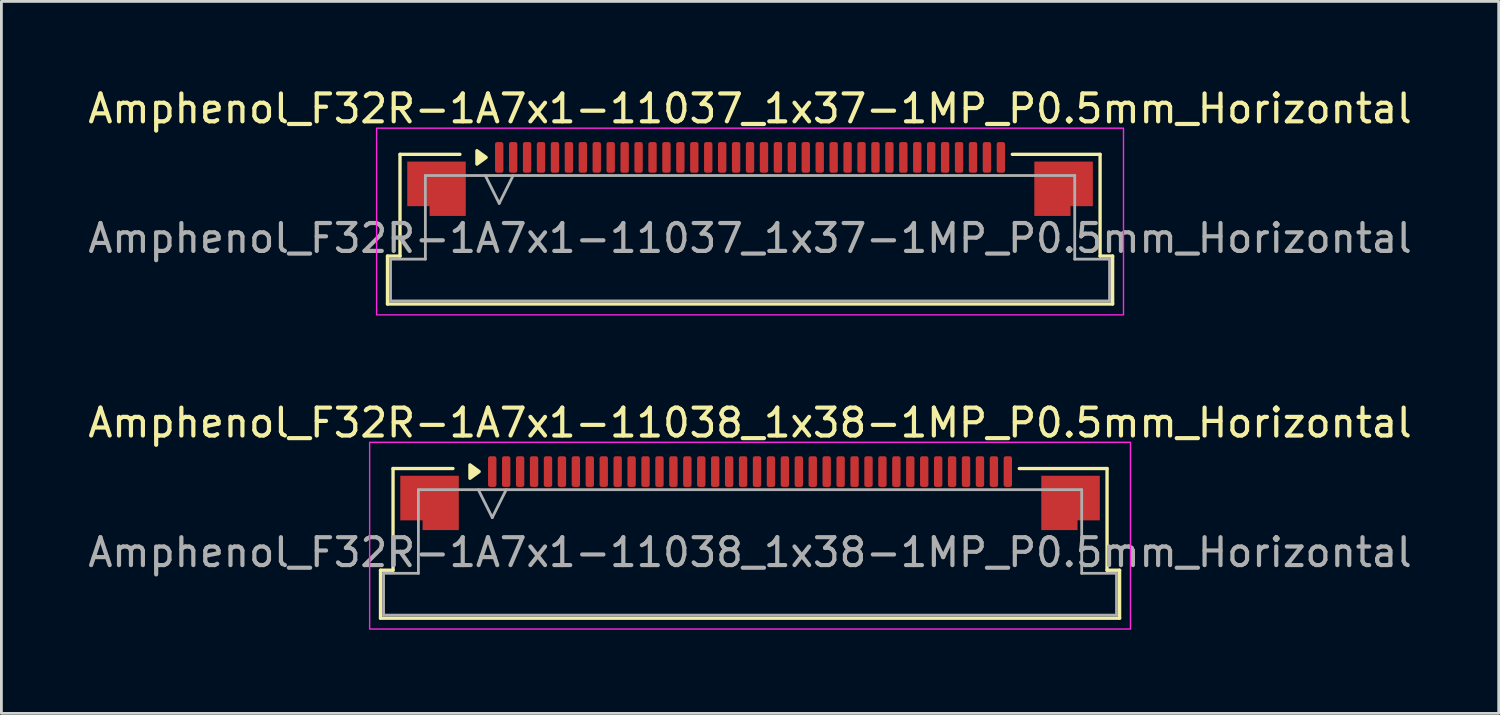
<source format=kicad_pcb>
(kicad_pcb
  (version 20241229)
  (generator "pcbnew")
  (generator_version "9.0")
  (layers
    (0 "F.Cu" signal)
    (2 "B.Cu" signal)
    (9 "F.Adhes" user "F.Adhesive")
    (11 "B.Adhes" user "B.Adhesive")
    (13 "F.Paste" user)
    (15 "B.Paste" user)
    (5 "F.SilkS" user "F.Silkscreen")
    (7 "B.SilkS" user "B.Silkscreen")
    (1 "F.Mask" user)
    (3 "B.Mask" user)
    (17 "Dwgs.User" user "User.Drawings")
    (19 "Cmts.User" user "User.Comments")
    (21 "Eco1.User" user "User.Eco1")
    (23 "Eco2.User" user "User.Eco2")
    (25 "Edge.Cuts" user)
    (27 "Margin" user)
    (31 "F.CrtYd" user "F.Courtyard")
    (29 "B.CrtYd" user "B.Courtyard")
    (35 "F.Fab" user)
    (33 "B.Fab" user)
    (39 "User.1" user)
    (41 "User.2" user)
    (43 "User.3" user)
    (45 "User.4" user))
  (footprint "Amphenol_F32R-1A7x1-11037_1x37-1MP_P0.5mm_Horizontal"
    (layer "F.Cu")
    (at 23.863 5.498)
    (property "Reference" "Amphenol_F32R-1A7x1-11037_1x37-1MP_P0.5mm_Horizontal" (at 0 -4.65 0) (layer "F.SilkS") (effects (font (size 1 1) (thickness 0.15))))
    (attr smd)
    (fp_line (start -13.01 0.64) (end -12.56 0.64) (stroke (width 0.12) (type solid)) (layer "F.SilkS"))
    (fp_line (start -13.01 2.36) (end -13.01 0.64) (stroke (width 0.12) (type solid)) (layer "F.SilkS"))
    (fp_line (start -12.56 -3.01) (end -10.41 -3.01) (stroke (width 0.12) (type solid)) (layer "F.SilkS"))
    (fp_line (start -12.56 0.64) (end -12.56 -3.01) (stroke (width 0.12) (type solid)) (layer "F.SilkS"))
    (fp_line (start 9.41 -3.01) (end 12.56 -3.01) (stroke (width 0.12) (type solid)) (layer "F.SilkS"))
    (fp_line (start 12.56 -3.01) (end 12.56 0.64) (stroke (width 0.12) (type solid)) (layer "F.SilkS"))
    (fp_line (start 12.56 0.64) (end 13.01 0.64) (stroke (width 0.12) (type solid)) (layer "F.SilkS"))
    (fp_line (start 13.01 0.64) (end 13.01 2.36) (stroke (width 0.12) (type solid)) (layer "F.SilkS"))
    (fp_line (start 13.01 2.36) (end -13.01 2.36) (stroke (width 0.12) (type solid)) (layer "F.SilkS"))
    (fp_poly (pts (xy -9.47 -2.9) (xy -9.8 -2.66) (xy -9.8 -3.14)) (stroke (width 0.12) (type solid)) (fill yes) (layer "F.SilkS"))
    (fp_rect (start -13.4 -3.95) (end 13.4 2.75) (stroke (width 0.05) (type solid)) (fill no) (layer "F.CrtYd"))
    (fp_line (start -12.9 0.75) (end -11.65 0.75) (stroke (width 0.1) (type solid)) (layer "F.Fab"))
    (fp_line (start -12.9 2.25) (end -12.9 0.75) (stroke (width 0.1) (type solid)) (layer "F.Fab"))
    (fp_line (start -11.65 -2.25) (end 11.65 -2.25) (stroke (width 0.1) (type solid)) (layer "F.Fab"))
    (fp_line (start -11.65 0.75) (end -11.65 -2.25) (stroke (width 0.1) (type solid)) (layer "F.Fab"))
    (fp_line (start -9.5 -2.25) (end -9 -1.25) (stroke (width 0.1) (type solid)) (layer "F.Fab"))
    (fp_line (start -9 -1.25) (end -8.5 -2.25) (stroke (width 0.1) (type solid)) (layer "F.Fab"))
    (fp_line (start 11.65 -2.25) (end 11.65 0.75) (stroke (width 0.1) (type solid)) (layer "F.Fab"))
    (fp_line (start 11.65 0.75) (end 12.9 0.75) (stroke (width 0.1) (type solid)) (layer "F.Fab"))
    (fp_line (start 12.9 0.75) (end 12.9 2.25) (stroke (width 0.1) (type solid)) (layer "F.Fab"))
    (fp_line (start 12.9 2.25) (end -12.9 2.25) (stroke (width 0.1) (type solid)) (layer "F.Fab"))
    (fp_text user "${REFERENCE}" (at 0 0 0) (layer "F.Fab") (effects (font (size 1 1) (thickness 0.15))))
    (pad "1" smd roundrect (at -9 -2.9) (size 0.3 1.1) (layers "F.Cu" "F.Mask" "F.Paste") (roundrect_rratio 0.25))
    (pad "2" smd roundrect (at -8.5 -2.9) (size 0.3 1.1) (layers "F.Cu" "F.Mask" "F.Paste") (roundrect_rratio 0.25))
    (pad "3" smd roundrect (at -8 -2.9) (size 0.3 1.1) (layers "F.Cu" "F.Mask" "F.Paste") (roundrect_rratio 0.25))
    (pad "4" smd roundrect (at -7.5 -2.9) (size 0.3 1.1) (layers "F.Cu" "F.Mask" "F.Paste") (roundrect_rratio 0.25))
    (pad "5" smd roundrect (at -7 -2.9) (size 0.3 1.1) (layers "F.Cu" "F.Mask" "F.Paste") (roundrect_rratio 0.25))
    (pad "6" smd roundrect (at -6.5 -2.9) (size 0.3 1.1) (layers "F.Cu" "F.Mask" "F.Paste") (roundrect_rratio 0.25))
    (pad "7" smd roundrect (at -6 -2.9) (size 0.3 1.1) (layers "F.Cu" "F.Mask" "F.Paste") (roundrect_rratio 0.25))
    (pad "8" smd roundrect (at -5.5 -2.9) (size 0.3 1.1) (layers "F.Cu" "F.Mask" "F.Paste") (roundrect_rratio 0.25))
    (pad "9" smd roundrect (at -5 -2.9) (size 0.3 1.1) (layers "F.Cu" "F.Mask" "F.Paste") (roundrect_rratio 0.25))
    (pad "10" smd roundrect (at -4.5 -2.9) (size 0.3 1.1) (layers "F.Cu" "F.Mask" "F.Paste") (roundrect_rratio 0.25))
    (pad "11" smd roundrect (at -4 -2.9) (size 0.3 1.1) (layers "F.Cu" "F.Mask" "F.Paste") (roundrect_rratio 0.25))
    (pad "12" smd roundrect (at -3.5 -2.9) (size 0.3 1.1) (layers "F.Cu" "F.Mask" "F.Paste") (roundrect_rratio 0.25))
    (pad "13" smd roundrect (at -3 -2.9) (size 0.3 1.1) (layers "F.Cu" "F.Mask" "F.Paste") (roundrect_rratio 0.25))
    (pad "14" smd roundrect (at -2.5 -2.9) (size 0.3 1.1) (layers "F.Cu" "F.Mask" "F.Paste") (roundrect_rratio 0.25))
    (pad "15" smd roundrect (at -2 -2.9) (size 0.3 1.1) (layers "F.Cu" "F.Mask" "F.Paste") (roundrect_rratio 0.25))
    (pad "16" smd roundrect (at -1.5 -2.9) (size 0.3 1.1) (layers "F.Cu" "F.Mask" "F.Paste") (roundrect_rratio 0.25))
    (pad "17" smd roundrect (at -1 -2.9) (size 0.3 1.1) (layers "F.Cu" "F.Mask" "F.Paste") (roundrect_rratio 0.25))
    (pad "18" smd roundrect (at -0.5 -2.9) (size 0.3 1.1) (layers "F.Cu" "F.Mask" "F.Paste") (roundrect_rratio 0.25))
    (pad "19" smd roundrect (at 0 -2.9) (size 0.3 1.1) (layers "F.Cu" "F.Mask" "F.Paste") (roundrect_rratio 0.25))
    (pad "20" smd roundrect (at 0.5 -2.9) (size 0.3 1.1) (layers "F.Cu" "F.Mask" "F.Paste") (roundrect_rratio 0.25))
    (pad "21" smd roundrect (at 1 -2.9) (size 0.3 1.1) (layers "F.Cu" "F.Mask" "F.Paste") (roundrect_rratio 0.25))
    (pad "22" smd roundrect (at 1.5 -2.9) (size 0.3 1.1) (layers "F.Cu" "F.Mask" "F.Paste") (roundrect_rratio 0.25))
    (pad "23" smd roundrect (at 2 -2.9) (size 0.3 1.1) (layers "F.Cu" "F.Mask" "F.Paste") (roundrect_rratio 0.25))
    (pad "24" smd roundrect (at 2.5 -2.9) (size 0.3 1.1) (layers "F.Cu" "F.Mask" "F.Paste") (roundrect_rratio 0.25))
    (pad "25" smd roundrect (at 3 -2.9) (size 0.3 1.1) (layers "F.Cu" "F.Mask" "F.Paste") (roundrect_rratio 0.25))
    (pad "26" smd roundrect (at 3.5 -2.9) (size 0.3 1.1) (layers "F.Cu" "F.Mask" "F.Paste") (roundrect_rratio 0.25))
    (pad "27" smd roundrect (at 4 -2.9) (size 0.3 1.1) (layers "F.Cu" "F.Mask" "F.Paste") (roundrect_rratio 0.25))
    (pad "28" smd roundrect (at 4.5 -2.9) (size 0.3 1.1) (layers "F.Cu" "F.Mask" "F.Paste") (roundrect_rratio 0.25))
    (pad "29" smd roundrect (at 5 -2.9) (size 0.3 1.1) (layers "F.Cu" "F.Mask" "F.Paste") (roundrect_rratio 0.25))
    (pad "30" smd roundrect (at 5.5 -2.9) (size 0.3 1.1) (layers "F.Cu" "F.Mask" "F.Paste") (roundrect_rratio 0.25))
    (pad "31" smd roundrect (at 6 -2.9) (size 0.3 1.1) (layers "F.Cu" "F.Mask" "F.Paste") (roundrect_rratio 0.25))
    (pad "32" smd roundrect (at 6.5 -2.9) (size 0.3 1.1) (layers "F.Cu" "F.Mask" "F.Paste") (roundrect_rratio 0.25))
    (pad "33" smd roundrect (at 7 -2.9) (size 0.3 1.1) (layers "F.Cu" "F.Mask" "F.Paste") (roundrect_rratio 0.25))
    (pad "34" smd roundrect (at 7.5 -2.9) (size 0.3 1.1) (layers "F.Cu" "F.Mask" "F.Paste") (roundrect_rratio 0.25))
    (pad "35" smd roundrect (at 8 -2.9) (size 0.3 1.1) (layers "F.Cu" "F.Mask" "F.Paste") (roundrect_rratio 0.25))
    (pad "36" smd roundrect (at 8.5 -2.9) (size 0.3 1.1) (layers "F.Cu" "F.Mask" "F.Paste") (roundrect_rratio 0.25))
    (pad "37" smd roundrect (at 9 -2.9) (size 0.3 1.1) (layers "F.Cu" "F.Mask" "F.Paste") (roundrect_rratio 0.25))
    (pad "MP" smd custom (at -11.25 -1.775) (size 1 1) (layers "F.Cu" "F.Mask" "F.Paste") (options (anchor circle)) (primitives (gr_poly (pts (xy 1.05 -0.975) (xy 1.05 0.975) (xy -0.25 0.975) (xy -0.25 0.625) (xy -1.05 0.625) (xy -1.05 -0.975)) (width 0) (fill yes))))
    (pad "MP" smd custom (at 11.25 -1.775) (size 1 1) (layers "F.Cu" "F.Mask" "F.Paste") (options (anchor circle)) (primitives (gr_poly (pts (xy -1.05 -0.975) (xy -1.05 0.975) (xy 0.25 0.975) (xy 0.25 0.625) (xy 1.05 0.625) (xy 1.05 -0.975)) (width 0) (fill yes)))))
  (footprint "Amphenol_F32R-1A7x1-11038_1x38-1MP_P0.5mm_Horizontal"
    (layer "F.Cu")
    (at 23.863 16.771)
    (property "Reference" "Amphenol_F32R-1A7x1-11038_1x38-1MP_P0.5mm_Horizontal" (at 0 -4.65 0) (layer "F.SilkS") (effects (font (size 1 1) (thickness 0.15))))
    (attr smd)
    (fp_line (start -13.26 0.64) (end -12.81 0.64) (stroke (width 0.12) (type solid)) (layer "F.SilkS"))
    (fp_line (start -13.26 2.36) (end -13.26 0.64) (stroke (width 0.12) (type solid)) (layer "F.SilkS"))
    (fp_line (start -12.81 -3.01) (end -10.66 -3.01) (stroke (width 0.12) (type solid)) (layer "F.SilkS"))
    (fp_line (start -12.81 0.64) (end -12.81 -3.01) (stroke (width 0.12) (type solid)) (layer "F.SilkS"))
    (fp_line (start 9.66 -3.01) (end 12.81 -3.01) (stroke (width 0.12) (type solid)) (layer "F.SilkS"))
    (fp_line (start 12.81 -3.01) (end 12.81 0.64) (stroke (width 0.12) (type solid)) (layer "F.SilkS"))
    (fp_line (start 12.81 0.64) (end 13.26 0.64) (stroke (width 0.12) (type solid)) (layer "F.SilkS"))
    (fp_line (start 13.26 0.64) (end 13.26 2.36) (stroke (width 0.12) (type solid)) (layer "F.SilkS"))
    (fp_line (start 13.26 2.36) (end -13.26 2.36) (stroke (width 0.12) (type solid)) (layer "F.SilkS"))
    (fp_poly (pts (xy -9.72 -2.9) (xy -10.05 -2.66) (xy -10.05 -3.14)) (stroke (width 0.12) (type solid)) (fill yes) (layer "F.SilkS"))
    (fp_rect (start -13.65 -3.95) (end 13.65 2.75) (stroke (width 0.05) (type solid)) (fill no) (layer "F.CrtYd"))
    (fp_line (start -13.15 0.75) (end -11.9 0.75) (stroke (width 0.1) (type solid)) (layer "F.Fab"))
    (fp_line (start -13.15 2.25) (end -13.15 0.75) (stroke (width 0.1) (type solid)) (layer "F.Fab"))
    (fp_line (start -11.9 -2.25) (end 11.9 -2.25) (stroke (width 0.1) (type solid)) (layer "F.Fab"))
    (fp_line (start -11.9 0.75) (end -11.9 -2.25) (stroke (width 0.1) (type solid)) (layer "F.Fab"))
    (fp_line (start -9.75 -2.25) (end -9.25 -1.25) (stroke (width 0.1) (type solid)) (layer "F.Fab"))
    (fp_line (start -9.25 -1.25) (end -8.75 -2.25) (stroke (width 0.1) (type solid)) (layer "F.Fab"))
    (fp_line (start 11.9 -2.25) (end 11.9 0.75) (stroke (width 0.1) (type solid)) (layer "F.Fab"))
    (fp_line (start 11.9 0.75) (end 13.15 0.75) (stroke (width 0.1) (type solid)) (layer "F.Fab"))
    (fp_line (start 13.15 0.75) (end 13.15 2.25) (stroke (width 0.1) (type solid)) (layer "F.Fab"))
    (fp_line (start 13.15 2.25) (end -13.15 2.25) (stroke (width 0.1) (type solid)) (layer "F.Fab"))
    (fp_text user "${REFERENCE}" (at 0 0 0) (layer "F.Fab") (effects (font (size 1 1) (thickness 0.15))))
    (pad "1" smd roundrect (at -9.25 -2.9) (size 0.3 1.1) (layers "F.Cu" "F.Mask" "F.Paste") (roundrect_rratio 0.25))
    (pad "2" smd roundrect (at -8.75 -2.9) (size 0.3 1.1) (layers "F.Cu" "F.Mask" "F.Paste") (roundrect_rratio 0.25))
    (pad "3" smd roundrect (at -8.25 -2.9) (size 0.3 1.1) (layers "F.Cu" "F.Mask" "F.Paste") (roundrect_rratio 0.25))
    (pad "4" smd roundrect (at -7.75 -2.9) (size 0.3 1.1) (layers "F.Cu" "F.Mask" "F.Paste") (roundrect_rratio 0.25))
    (pad "5" smd roundrect (at -7.25 -2.9) (size 0.3 1.1) (layers "F.Cu" "F.Mask" "F.Paste") (roundrect_rratio 0.25))
    (pad "6" smd roundrect (at -6.75 -2.9) (size 0.3 1.1) (layers "F.Cu" "F.Mask" "F.Paste") (roundrect_rratio 0.25))
    (pad "7" smd roundrect (at -6.25 -2.9) (size 0.3 1.1) (layers "F.Cu" "F.Mask" "F.Paste") (roundrect_rratio 0.25))
    (pad "8" smd roundrect (at -5.75 -2.9) (size 0.3 1.1) (layers "F.Cu" "F.Mask" "F.Paste") (roundrect_rratio 0.25))
    (pad "9" smd roundrect (at -5.25 -2.9) (size 0.3 1.1) (layers "F.Cu" "F.Mask" "F.Paste") (roundrect_rratio 0.25))
    (pad "10" smd roundrect (at -4.75 -2.9) (size 0.3 1.1) (layers "F.Cu" "F.Mask" "F.Paste") (roundrect_rratio 0.25))
    (pad "11" smd roundrect (at -4.25 -2.9) (size 0.3 1.1) (layers "F.Cu" "F.Mask" "F.Paste") (roundrect_rratio 0.25))
    (pad "12" smd roundrect (at -3.75 -2.9) (size 0.3 1.1) (layers "F.Cu" "F.Mask" "F.Paste") (roundrect_rratio 0.25))
    (pad "13" smd roundrect (at -3.25 -2.9) (size 0.3 1.1) (layers "F.Cu" "F.Mask" "F.Paste") (roundrect_rratio 0.25))
    (pad "14" smd roundrect (at -2.75 -2.9) (size 0.3 1.1) (layers "F.Cu" "F.Mask" "F.Paste") (roundrect_rratio 0.25))
    (pad "15" smd roundrect (at -2.25 -2.9) (size 0.3 1.1) (layers "F.Cu" "F.Mask" "F.Paste") (roundrect_rratio 0.25))
    (pad "16" smd roundrect (at -1.75 -2.9) (size 0.3 1.1) (layers "F.Cu" "F.Mask" "F.Paste") (roundrect_rratio 0.25))
    (pad "17" smd roundrect (at -1.25 -2.9) (size 0.3 1.1) (layers "F.Cu" "F.Mask" "F.Paste") (roundrect_rratio 0.25))
    (pad "18" smd roundrect (at -0.75 -2.9) (size 0.3 1.1) (layers "F.Cu" "F.Mask" "F.Paste") (roundrect_rratio 0.25))
    (pad "19" smd roundrect (at -0.25 -2.9) (size 0.3 1.1) (layers "F.Cu" "F.Mask" "F.Paste") (roundrect_rratio 0.25))
    (pad "20" smd roundrect (at 0.25 -2.9) (size 0.3 1.1) (layers "F.Cu" "F.Mask" "F.Paste") (roundrect_rratio 0.25))
    (pad "21" smd roundrect (at 0.75 -2.9) (size 0.3 1.1) (layers "F.Cu" "F.Mask" "F.Paste") (roundrect_rratio 0.25))
    (pad "22" smd roundrect (at 1.25 -2.9) (size 0.3 1.1) (layers "F.Cu" "F.Mask" "F.Paste") (roundrect_rratio 0.25))
    (pad "23" smd roundrect (at 1.75 -2.9) (size 0.3 1.1) (layers "F.Cu" "F.Mask" "F.Paste") (roundrect_rratio 0.25))
    (pad "24" smd roundrect (at 2.25 -2.9) (size 0.3 1.1) (layers "F.Cu" "F.Mask" "F.Paste") (roundrect_rratio 0.25))
    (pad "25" smd roundrect (at 2.75 -2.9) (size 0.3 1.1) (layers "F.Cu" "F.Mask" "F.Paste") (roundrect_rratio 0.25))
    (pad "26" smd roundrect (at 3.25 -2.9) (size 0.3 1.1) (layers "F.Cu" "F.Mask" "F.Paste") (roundrect_rratio 0.25))
    (pad "27" smd roundrect (at 3.75 -2.9) (size 0.3 1.1) (layers "F.Cu" "F.Mask" "F.Paste") (roundrect_rratio 0.25))
    (pad "28" smd roundrect (at 4.25 -2.9) (size 0.3 1.1) (layers "F.Cu" "F.Mask" "F.Paste") (roundrect_rratio 0.25))
    (pad "29" smd roundrect (at 4.75 -2.9) (size 0.3 1.1) (layers "F.Cu" "F.Mask" "F.Paste") (roundrect_rratio 0.25))
    (pad "30" smd roundrect (at 5.25 -2.9) (size 0.3 1.1) (layers "F.Cu" "F.Mask" "F.Paste") (roundrect_rratio 0.25))
    (pad "31" smd roundrect (at 5.75 -2.9) (size 0.3 1.1) (layers "F.Cu" "F.Mask" "F.Paste") (roundrect_rratio 0.25))
    (pad "32" smd roundrect (at 6.25 -2.9) (size 0.3 1.1) (layers "F.Cu" "F.Mask" "F.Paste") (roundrect_rratio 0.25))
    (pad "33" smd roundrect (at 6.75 -2.9) (size 0.3 1.1) (layers "F.Cu" "F.Mask" "F.Paste") (roundrect_rratio 0.25))
    (pad "34" smd roundrect (at 7.25 -2.9) (size 0.3 1.1) (layers "F.Cu" "F.Mask" "F.Paste") (roundrect_rratio 0.25))
    (pad "35" smd roundrect (at 7.75 -2.9) (size 0.3 1.1) (layers "F.Cu" "F.Mask" "F.Paste") (roundrect_rratio 0.25))
    (pad "36" smd roundrect (at 8.25 -2.9) (size 0.3 1.1) (layers "F.Cu" "F.Mask" "F.Paste") (roundrect_rratio 0.25))
    (pad "37" smd roundrect (at 8.75 -2.9) (size 0.3 1.1) (layers "F.Cu" "F.Mask" "F.Paste") (roundrect_rratio 0.25))
    (pad "38" smd roundrect (at 9.25 -2.9) (size 0.3 1.1) (layers "F.Cu" "F.Mask" "F.Paste") (roundrect_rratio 0.25))
    (pad "MP" smd custom (at -11.5 -1.775) (size 1 1) (layers "F.Cu" "F.Mask" "F.Paste") (options (anchor circle)) (primitives (gr_poly (pts (xy 1.05 -0.975) (xy 1.05 0.975) (xy -0.25 0.975) (xy -0.25 0.625) (xy -1.05 0.625) (xy -1.05 -0.975)) (width 0) (fill yes))))
    (pad "MP" smd custom (at 11.5 -1.775) (size 1 1) (layers "F.Cu" "F.Mask" "F.Paste") (options (anchor circle)) (primitives (gr_poly (pts (xy -1.05 -0.975) (xy -1.05 0.975) (xy 0.25 0.975) (xy 0.25 0.625) (xy 1.05 0.625) (xy 1.05 -0.975)) (width 0) (fill yes)))))
  (gr_rect
    (start -3 -3)
    (end 50.726 22.547)
    (stroke (width 0.1) (type default))
    (fill no)
    (layer "Edge.Cuts")))
</source>
